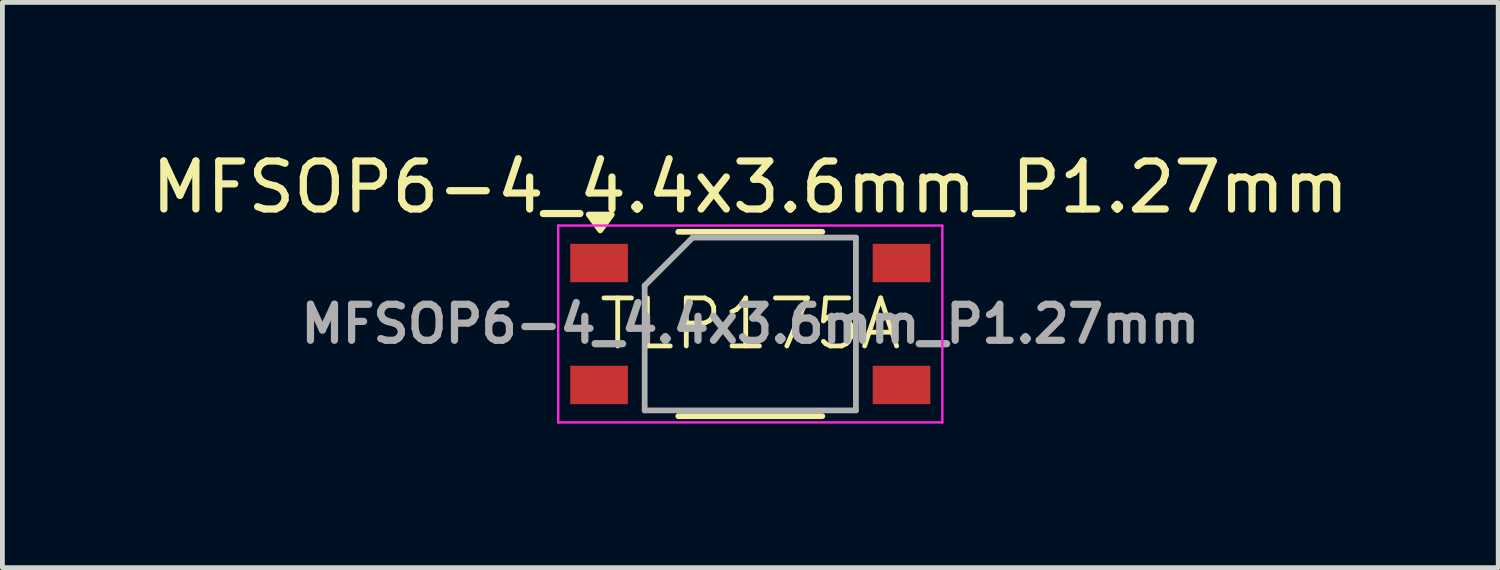
<source format=kicad_pcb>
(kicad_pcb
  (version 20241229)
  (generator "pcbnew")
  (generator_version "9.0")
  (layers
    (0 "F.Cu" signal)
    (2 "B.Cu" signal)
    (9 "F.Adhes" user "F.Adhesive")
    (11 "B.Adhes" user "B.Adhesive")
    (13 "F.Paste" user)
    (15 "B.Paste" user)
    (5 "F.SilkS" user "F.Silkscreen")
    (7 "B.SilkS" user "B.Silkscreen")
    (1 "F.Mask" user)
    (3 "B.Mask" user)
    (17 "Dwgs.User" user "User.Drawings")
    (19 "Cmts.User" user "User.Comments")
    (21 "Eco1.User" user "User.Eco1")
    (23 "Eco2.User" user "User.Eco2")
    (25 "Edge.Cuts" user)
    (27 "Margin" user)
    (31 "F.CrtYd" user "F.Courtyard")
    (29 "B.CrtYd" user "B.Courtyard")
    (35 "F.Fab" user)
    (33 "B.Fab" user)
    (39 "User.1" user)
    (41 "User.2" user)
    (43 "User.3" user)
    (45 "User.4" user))
  (footprint "MFSOP6-4_4.4x3.6mm_P1.27mm"
    (layer "F.Cu")
    (at 12.577 3.698)
    (property "Reference" "MFSOP6-4_4.4x3.6mm_P1.27mm" (at 0 -2.85 0) (layer "F.SilkS") (effects (font (size 1 1) (thickness 0.15))))
    (property "Display" "TLP175A" (at 0 0 0) (layer "F.SilkS") (effects (font (size 1 1) (thickness 0.1))))
    (attr smd)
    (fp_line (start 1.5 -1.92) (end -1.5 -1.92) (stroke (width 0.12) (type solid)) (layer "F.SilkS"))
    (fp_line (start 1.5 1.92) (end -1.5 1.92) (stroke (width 0.12) (type solid)) (layer "F.SilkS"))
    (fp_poly (pts (xy -3.125 -1.95) (xy -3.365 -2.28) (xy -2.885 -2.28) (xy -3.125 -1.95)) (stroke (width 0.12) (type solid)) (fill yes) (layer "F.SilkS"))
    (fp_line (start -4 -2.05) (end -4 2.05) (stroke (width 0.05) (type solid)) (layer "F.CrtYd"))
    (fp_line (start -4 -2.05) (end 4 -2.05) (stroke (width 0.05) (type solid)) (layer "F.CrtYd"))
    (fp_line (start 4 2.05) (end -4 2.05) (stroke (width 0.05) (type solid)) (layer "F.CrtYd"))
    (fp_line (start 4 2.05) (end 4 -2.05) (stroke (width 0.05) (type solid)) (layer "F.CrtYd"))
    (fp_line (start -2.2 -0.8) (end -2.2 1.8) (stroke (width 0.12) (type solid)) (layer "F.Fab"))
    (fp_line (start -2.2 1.8) (end 2.2 1.8) (stroke (width 0.12) (type solid)) (layer "F.Fab"))
    (fp_line (start -1.2 -1.8) (end -2.2 -0.8) (stroke (width 0.12) (type solid)) (layer "F.Fab"))
    (fp_line (start 2.2 -1.8) (end -1.2 -1.8) (stroke (width 0.12) (type solid)) (layer "F.Fab"))
    (fp_line (start 2.2 1.8) (end 2.2 -1.8) (stroke (width 0.12) (type solid)) (layer "F.Fab"))
    (fp_text user "${REFERENCE}" (at 0 0 0) (layer "F.Fab") (effects (font (size 0.75 0.75) (thickness 0.15))))
    (pad "1" smd rect (at -3.15 -1.27) (size 1.2 0.8) (layers "F.Cu" "F.Mask" "F.Paste"))
    (pad "3" smd rect (at -3.15 1.27) (size 1.2 0.8) (layers "F.Cu" "F.Mask" "F.Paste"))
    (pad "4" smd rect (at 3.15 1.27) (size 1.2 0.8) (layers "F.Cu" "F.Mask" "F.Paste"))
    (pad "6" smd rect (at 3.15 -1.27) (size 1.2 0.8) (layers "F.Cu" "F.Mask" "F.Paste")))
  (gr_rect
    (start -3 -3)
    (end 28.155 8.773)
    (stroke (width 0.1) (type default))
    (fill no)
    (layer "Edge.Cuts")))
</source>
